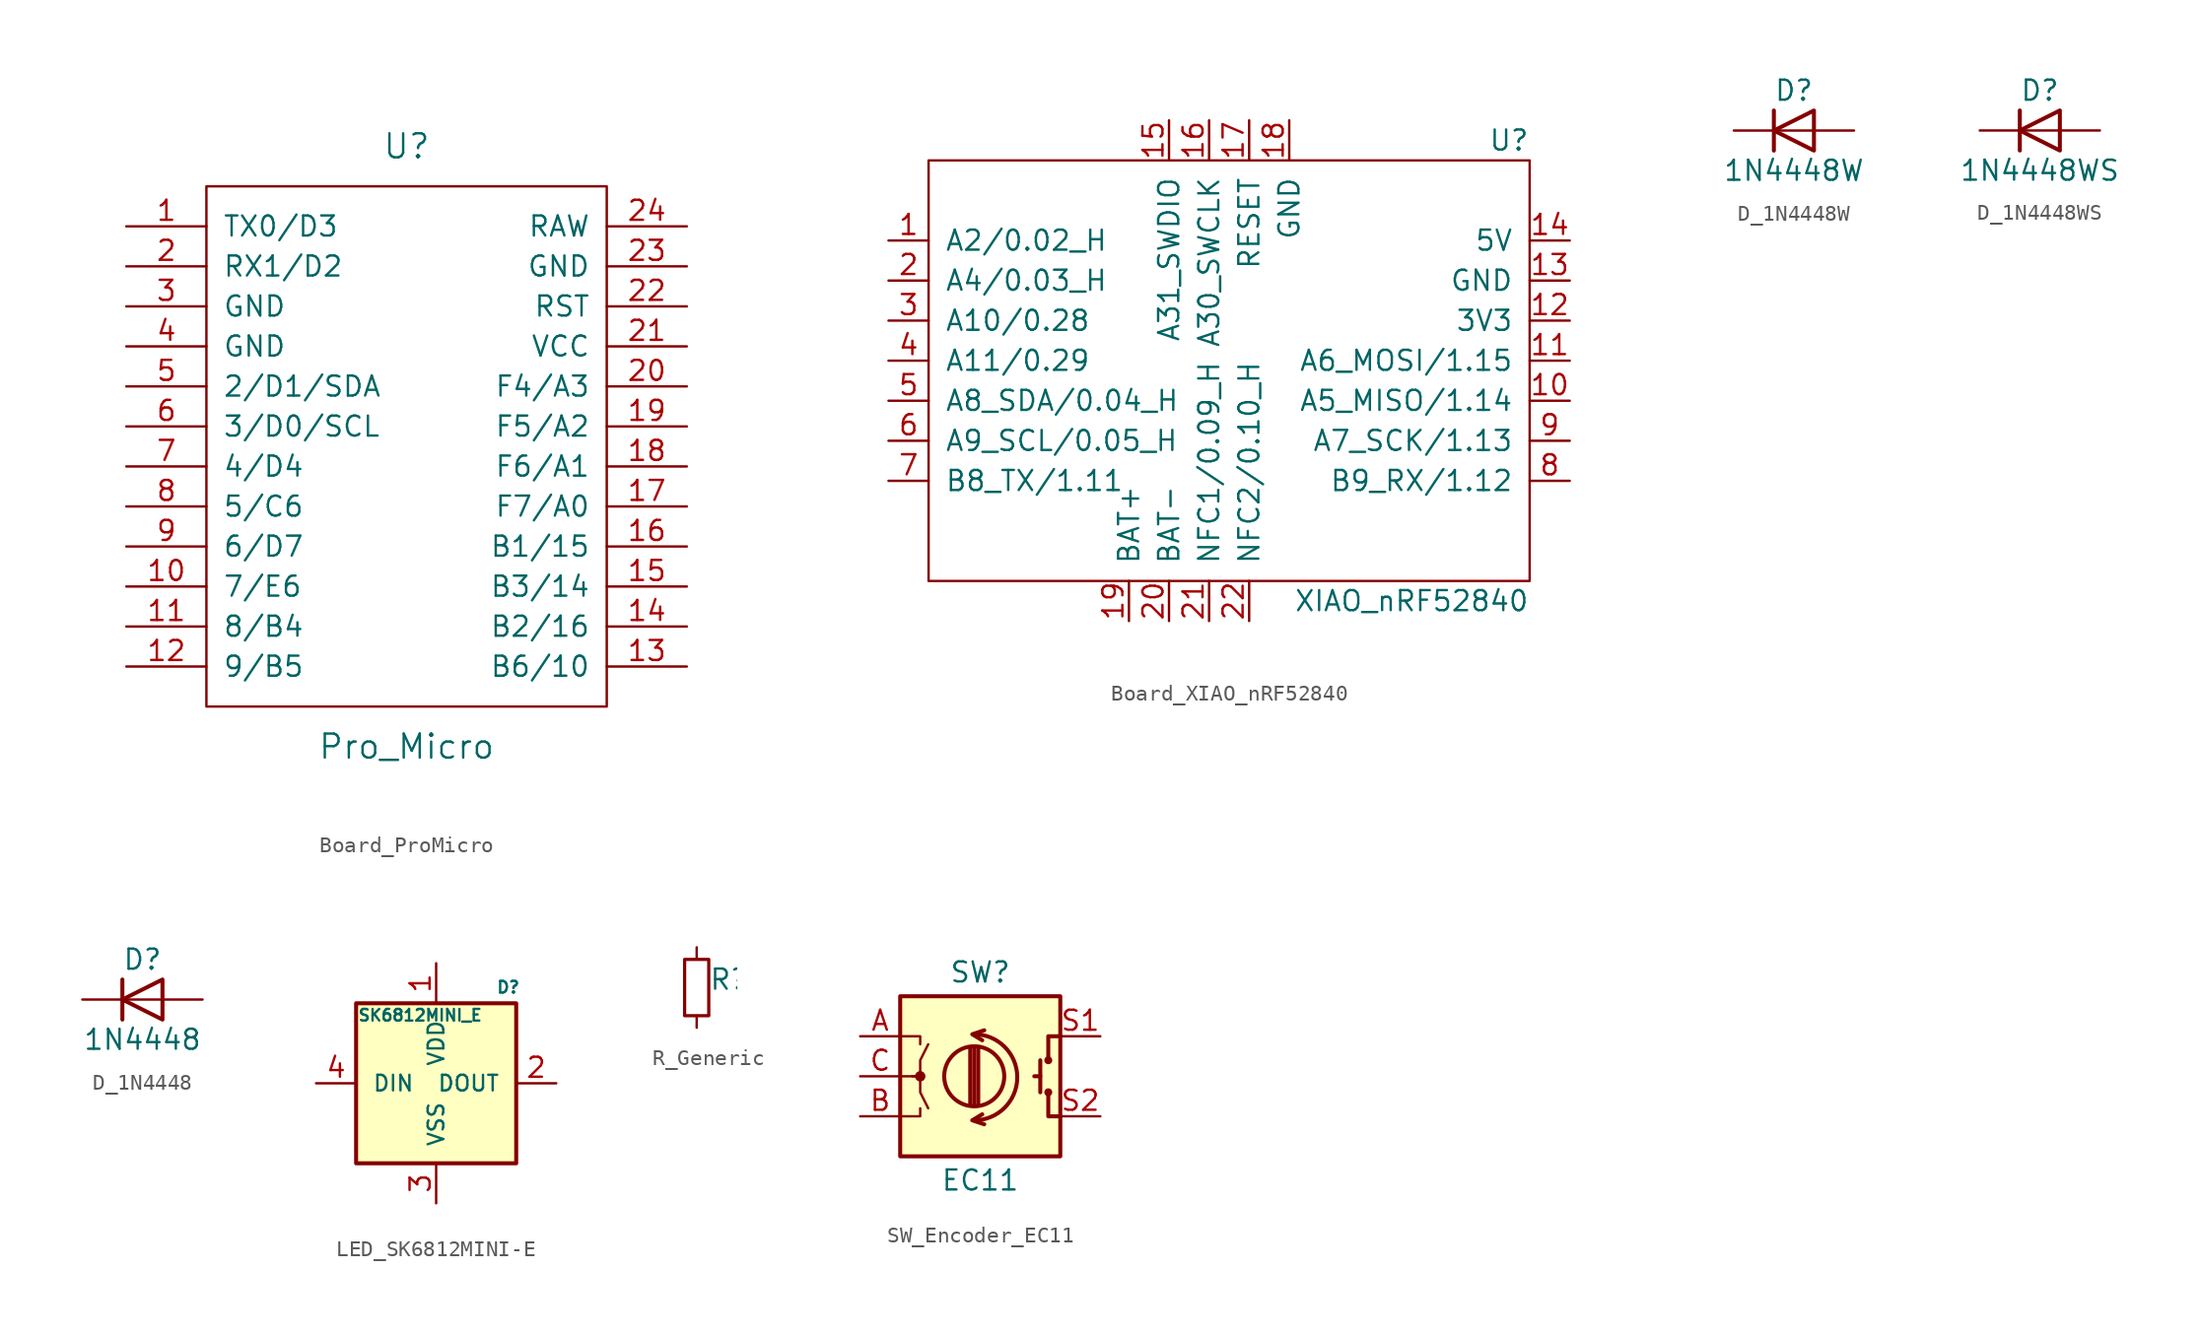
<source format=kicad_sym>
(kicad_symbol_lib
  (version 20241209)
  (generator "kicad_symbol_editor")
  (generator_version "9.0")
  (symbol "Board_ProMicro"
    (pin_names
      (offset 1.016))
    (property "Reference" "U"
      (at 0 19.05 0)
      (effects (font (size 1.524 1.524))))
    (property "Value" "Pro_Micro"
      (at 0 -19.05 0)
      (effects (font (size 1.524 1.524))))
    (symbol "Board_ProMicro_0_1"
      (rectangle (start -12.7 16.51) (end 12.7 -16.51) (stroke (width 0) (type solid)) (fill (type none))))
    (symbol "Board_ProMicro_1_1"
      (pin bidirectional line (at -17.78 13.97 0) (length 5.08) (name "TX0/D3" (effects (font (size 1.27 1.27)))) (number "1" (effects (font (size 1.27 1.27)))))
      (pin bidirectional line (at -17.78 11.43 0) (length 5.08) (name "RX1/D2" (effects (font (size 1.27 1.27)))) (number "2" (effects (font (size 1.27 1.27)))))
      (pin power_in line (at -17.78 8.89 0) (length 5.08) (name "GND" (effects (font (size 1.27 1.27)))) (number "3" (effects (font (size 1.27 1.27)))))
      (pin power_in line (at -17.78 6.35 0) (length 5.08) (name "GND" (effects (font (size 1.27 1.27)))) (number "4" (effects (font (size 1.27 1.27)))))
      (pin bidirectional line (at -17.78 3.81 0) (length 5.08) (name "2/D1/SDA" (effects (font (size 1.27 1.27)))) (number "5" (effects (font (size 1.27 1.27)))))
      (pin bidirectional line (at -17.78 1.27 0) (length 5.08) (name "3/D0/SCL" (effects (font (size 1.27 1.27)))) (number "6" (effects (font (size 1.27 1.27)))))
      (pin bidirectional line (at -17.78 -1.27 0) (length 5.08) (name "4/D4" (effects (font (size 1.27 1.27)))) (number "7" (effects (font (size 1.27 1.27)))))
      (pin bidirectional line (at -17.78 -3.81 0) (length 5.08) (name "5/C6" (effects (font (size 1.27 1.27)))) (number "8" (effects (font (size 1.27 1.27)))))
      (pin bidirectional line (at -17.78 -6.35 0) (length 5.08) (name "6/D7" (effects (font (size 1.27 1.27)))) (number "9" (effects (font (size 1.27 1.27)))))
      (pin bidirectional line (at -17.78 -8.89 0) (length 5.08) (name "7/E6" (effects (font (size 1.27 1.27)))) (number "10" (effects (font (size 1.27 1.27)))))
      (pin bidirectional line (at -17.78 -11.43 0) (length 5.08) (name "8/B4" (effects (font (size 1.27 1.27)))) (number "11" (effects (font (size 1.27 1.27)))))
      (pin bidirectional line (at -17.78 -13.97 0) (length 5.08) (name "9/B5" (effects (font (size 1.27 1.27)))) (number "12" (effects (font (size 1.27 1.27)))))
      (pin power_out line (at 17.78 13.97 180) (length 5.08) (name "RAW" (effects (font (size 1.27 1.27)))) (number "24" (effects (font (size 1.27 1.27)))))
      (pin power_in line (at 17.78 11.43 180) (length 5.08) (name "GND" (effects (font (size 1.27 1.27)))) (number "23" (effects (font (size 1.27 1.27)))))
      (pin input line (at 17.78 8.89 180) (length 5.08) (name "RST" (effects (font (size 1.27 1.27)))) (number "22" (effects (font (size 1.27 1.27)))))
      (pin power_in line (at 17.78 6.35 180) (length 5.08) (name "VCC" (effects (font (size 1.27 1.27)))) (number "21" (effects (font (size 1.27 1.27)))))
      (pin bidirectional line (at 17.78 3.81 180) (length 5.08) (name "F4/A3" (effects (font (size 1.27 1.27)))) (number "20" (effects (font (size 1.27 1.27)))))
      (pin bidirectional line (at 17.78 1.27 180) (length 5.08) (name "F5/A2" (effects (font (size 1.27 1.27)))) (number "19" (effects (font (size 1.27 1.27)))))
      (pin bidirectional line (at 17.78 -1.27 180) (length 5.08) (name "F6/A1" (effects (font (size 1.27 1.27)))) (number "18" (effects (font (size 1.27 1.27)))))
      (pin bidirectional line (at 17.78 -3.81 180) (length 5.08) (name "F7/A0" (effects (font (size 1.27 1.27)))) (number "17" (effects (font (size 1.27 1.27)))))
      (pin bidirectional line (at 17.78 -6.35 180) (length 5.08) (name "B1/15" (effects (font (size 1.27 1.27)))) (number "16" (effects (font (size 1.27 1.27)))))
      (pin bidirectional line (at 17.78 -8.89 180) (length 5.08) (name "B3/14" (effects (font (size 1.27 1.27)))) (number "15" (effects (font (size 1.27 1.27)))))
      (pin bidirectional line (at 17.78 -11.43 180) (length 5.08) (name "B2/16" (effects (font (size 1.27 1.27)))) (number "14" (effects (font (size 1.27 1.27)))))
      (pin bidirectional line (at 17.78 -13.97 180) (length 5.08) (name "B6/10" (effects (font (size 1.27 1.27)))) (number "13" (effects (font (size 1.27 1.27)))))))
  (symbol "Board_XIAO_nRF52840"
    (pin_names
      (offset 1.016))
    (property "Reference" "U"
      (at 19.05 13.97 0)
      (effects (font (size 1.27 1.27)) (justify right)))
    (property "Value" "XIAO_nRF52840"
      (at 19.05 -15.24 0)
      (effects (font (size 1.27 1.27)) (justify right)))
    (symbol "Board_XIAO_nRF52840_0_1"
      (rectangle (start -19.05 12.7) (end 19.05 -13.97) (stroke (width 0) (type default)) (fill (type none))))
    (symbol "Board_XIAO_nRF52840_1_1"
      (pin bidirectional line (at -21.59 7.62 0) (length 2.54) (name "A2/0.02_H" (effects (font (size 1.27 1.27)))) (number "1" (effects (font (size 1.27 1.27)))))
      (pin bidirectional line (at -21.59 5.08 0) (length 2.54) (name "A4/0.03_H" (effects (font (size 1.27 1.27)))) (number "2" (effects (font (size 1.27 1.27)))))
      (pin bidirectional line (at -21.59 2.54 0) (length 2.54) (name "A10/0.28" (effects (font (size 1.27 1.27)))) (number "3" (effects (font (size 1.27 1.27)))))
      (pin bidirectional line (at -21.59 0 0) (length 2.54) (name "A11/0.29" (effects (font (size 1.27 1.27)))) (number "4" (effects (font (size 1.27 1.27)))))
      (pin bidirectional line (at -21.59 -2.54 0) (length 2.54) (name "A8_SDA/0.04_H" (effects (font (size 1.27 1.27)))) (number "5" (effects (font (size 1.27 1.27)))))
      (pin bidirectional line (at -21.59 -5.08 0) (length 2.54) (name "A9_SCL/0.05_H" (effects (font (size 1.27 1.27)))) (number "6" (effects (font (size 1.27 1.27)))))
      (pin bidirectional line (at -21.59 -7.62 0) (length 2.54) (name "B8_TX/1.11" (effects (font (size 1.27 1.27)))) (number "7" (effects (font (size 1.27 1.27)))))
      (pin power_in line (at -6.35 -16.51 90) (length 2.54) (name "BAT+" (effects (font (size 1.27 1.27)))) (number "19" (effects (font (size 1.27 1.27)))))
      (pin input line (at -3.81 15.24 270) (length 2.54) (name "A31_SWDIO" (effects (font (size 1.27 1.27)))) (number "15" (effects (font (size 1.27 1.27)))))
      (pin power_in line (at -3.81 -16.51 90) (length 2.54) (name "BAT-" (effects (font (size 1.27 1.27)))) (number "20" (effects (font (size 1.27 1.27)))))
      (pin input line (at -1.27 15.24 270) (length 2.54) (name "A30_SWCLK" (effects (font (size 1.27 1.27)))) (number "16" (effects (font (size 1.27 1.27)))))
      (pin bidirectional line (at -1.27 -16.51 90) (length 2.54) (name "NFC1/0.09_H" (effects (font (size 1.27 1.27)))) (number "21" (effects (font (size 1.27 1.27)))))
      (pin input line (at 1.27 15.24 270) (length 2.54) (name "RESET" (effects (font (size 1.27 1.27)))) (number "17" (effects (font (size 1.27 1.27)))))
      (pin bidirectional line (at 1.27 -16.51 90) (length 2.54) (name "NFC2/0.10_H" (effects (font (size 1.27 1.27)))) (number "22" (effects (font (size 1.27 1.27)))))
      (pin power_out line (at 3.81 15.24 270) (length 2.54) (name "GND" (effects (font (size 1.27 1.27)))) (number "18" (effects (font (size 1.27 1.27)))))
      (pin power_out line (at 21.59 7.62 180) (length 2.54) (name "5V" (effects (font (size 1.27 1.27)))) (number "14" (effects (font (size 1.27 1.27)))))
      (pin power_out line (at 21.59 5.08 180) (length 2.54) (name "GND" (effects (font (size 1.27 1.27)))) (number "13" (effects (font (size 1.27 1.27)))))
      (pin power_out line (at 21.59 2.54 180) (length 2.54) (name "3V3" (effects (font (size 1.27 1.27)))) (number "12" (effects (font (size 1.27 1.27)))))
      (pin bidirectional line (at 21.59 0 180) (length 2.54) (name "A6_MOSI/1.15" (effects (font (size 1.27 1.27)))) (number "11" (effects (font (size 1.27 1.27)))))
      (pin bidirectional line (at 21.59 -2.54 180) (length 2.54) (name "A5_MISO/1.14" (effects (font (size 1.27 1.27)))) (number "10" (effects (font (size 1.27 1.27)))))
      (pin bidirectional line (at 21.59 -5.08 180) (length 2.54) (name "A7_SCK/1.13" (effects (font (size 1.27 1.27)))) (number "9" (effects (font (size 1.27 1.27)))))
      (pin bidirectional line (at 21.59 -7.62 180) (length 2.54) (name "B9_RX/1.12" (effects (font (size 1.27 1.27)))) (number "8" (effects (font (size 1.27 1.27)))))))
  (symbol "D_1N4448W"
    (pin_numbers
      (hide yes))
    (pin_names
      (hide yes))
    (property "Reference" "D"
      (at 0 2.54 0)
      (effects (font (size 1.27 1.27))))
    (property "Value" "1N4448W"
      (at 0 -2.54 0)
      (effects (font (size 1.27 1.27))))
    (symbol "D_1N4448W_0_1"
      (polyline (pts (xy -1.27 1.27) (xy -1.27 -1.27)) (stroke (width 0.254) (type default)) (fill (type none)))
      (polyline (pts (xy 1.27 1.27) (xy 1.27 -1.27) (xy -1.27 0) (xy 1.27 1.27)) (stroke (width 0.254) (type default)) (fill (type none)))
      (polyline (pts (xy 1.27 0) (xy -1.27 0)) (stroke (width 0) (type default)) (fill (type none))))
    (symbol "D_1N4448W_1_1"
      (pin passive line (at -3.81 0 0) (length 2.54) (name "K" (effects (font (size 1.27 1.27)))) (number "1" (effects (font (size 1.27 1.27)))))
      (pin passive line (at 3.81 0 180) (length 2.54) (name "A" (effects (font (size 1.27 1.27)))) (number "2" (effects (font (size 1.27 1.27)))))))
  (symbol "D_1N4448WS"
    (pin_numbers
      (hide yes))
    (pin_names
      (hide yes))
    (property "Reference" "D"
      (at 0 2.54 0)
      (effects (font (size 1.27 1.27))))
    (property "Value" "1N4448WS"
      (at 0 -2.54 0)
      (effects (font (size 1.27 1.27))))
    (symbol "D_1N4448WS_0_1"
      (polyline (pts (xy -1.27 1.27) (xy -1.27 -1.27)) (stroke (width 0.254) (type default)) (fill (type none)))
      (polyline (pts (xy 1.27 1.27) (xy 1.27 -1.27) (xy -1.27 0) (xy 1.27 1.27)) (stroke (width 0.254) (type default)) (fill (type none)))
      (polyline (pts (xy 1.27 0) (xy -1.27 0)) (stroke (width 0) (type default)) (fill (type none))))
    (symbol "D_1N4448WS_1_1"
      (pin passive line (at -3.81 0 0) (length 2.54) (name "K" (effects (font (size 1.27 1.27)))) (number "1" (effects (font (size 1.27 1.27)))))
      (pin passive line (at 3.81 0 180) (length 2.54) (name "A" (effects (font (size 1.27 1.27)))) (number "2" (effects (font (size 1.27 1.27)))))))
  (symbol "D_1N4448"
    (pin_numbers
      (hide yes))
    (pin_names
      (hide yes))
    (property "Reference" "D"
      (at 0 2.54 0)
      (effects (font (size 1.27 1.27))))
    (property "Value" "1N4448"
      (at 0 -2.54 0)
      (effects (font (size 1.27 1.27))))
    (symbol "D_1N4448_0_1"
      (polyline (pts (xy -1.27 1.27) (xy -1.27 -1.27)) (stroke (width 0.254) (type default)) (fill (type none)))
      (polyline (pts (xy 1.27 1.27) (xy 1.27 -1.27) (xy -1.27 0) (xy 1.27 1.27)) (stroke (width 0.254) (type default)) (fill (type none)))
      (polyline (pts (xy 1.27 0) (xy -1.27 0)) (stroke (width 0) (type default)) (fill (type none))))
    (symbol "D_1N4448_1_1"
      (pin passive line (at -3.81 0 0) (length 2.54) (name "K" (effects (font (size 1.27 1.27)))) (number "1" (effects (font (size 1.27 1.27)))))
      (pin passive line (at 3.81 0 180) (length 2.54) (name "A" (effects (font (size 1.27 1.27)))) (number "2" (effects (font (size 1.27 1.27)))))))
  (symbol "LED_SK6812MINI-E"
    (pin_names
      (offset 1.016))
    (property "Reference" "D"
      (at 4.572 6.096 0)
      (effects (font (size 0.737 0.737))))
    (property "Value" "SK6812MINI_E"
      (at -1.016 4.318 0)
      (effects (font (size 0.737 0.737))))
    (symbol "LED_SK6812MINI-E_0_1"
      (rectangle (start -5.08 5.08) (end 5.08 -5.08) (stroke (width 0.254) (type solid)) (fill (type background))))
    (symbol "LED_SK6812MINI-E_1_1"
      (pin input line (at -7.62 0 0) (length 2.54) (name "DIN" (effects (font (size 0.991 0.991)))) (number "4" (effects (font (size 1.27 1.27)))))
      (pin power_in line (at 0 7.62 270) (length 2.54) (name "VDD" (effects (font (size 0.991 0.991)))) (number "1" (effects (font (size 1.27 1.27)))))
      (pin power_in line (at 0 -7.62 90) (length 2.54) (name "VSS" (effects (font (size 0.991 0.991)))) (number "3" (effects (font (size 1.27 1.27)))))
      (pin output line (at 7.62 0 180) (length 2.54) (name "DOUT" (effects (font (size 0.991 0.991)))) (number "2" (effects (font (size 1.27 1.27)))))))
  (symbol "R_Generic"
    (pin_numbers
      (hide yes))
    (pin_names
      (offset 0.254)
      (hide yes))
    (property "Reference" "R"
      (at 0.762 0.508 0)
      (effects (font (size 1.27 1.27)) (justify left)))
    (symbol "R_Generic_0_1"
      (rectangle (start -0.762 1.778) (end 0.762 -1.778) (stroke (width 0.203) (type default)) (fill (type none))))
    (symbol "R_Generic_1_1"
      (pin passive line (at 0 2.54 270) (length 0.762) (name "~" (effects (font (size 1.27 1.27)))) (number "1" (effects (font (size 1.27 1.27)))))
      (pin passive line (at 0 -2.54 90) (length 0.762) (name "~" (effects (font (size 1.27 1.27)))) (number "2" (effects (font (size 1.27 1.27)))))))
  (symbol "SW_Encoder_EC11"
    (pin_names
      (offset 0.254)
      (hide yes))
    (property "Reference" "SW"
      (at 0 6.604 0)
      (effects (font (size 1.27 1.27))))
    (property "Value" "EC11"
      (at 0 -6.604 0)
      (effects (font (size 1.27 1.27))))
    (symbol "SW_Encoder_EC11_0_1"
      (rectangle (start -5.08 5.08) (end 5.08 -5.08) (stroke (width 0.254) (type solid)) (fill (type background)))
      (polyline (pts (xy -5.08 2.54) (xy -3.81 2.54) (xy -3.81 2.032)) (stroke (width 0) (type solid)) (fill (type none)))
      (polyline (pts (xy -5.08 0) (xy -3.81 0) (xy -3.81 -1.016) (xy -3.302 -2.032)) (stroke (width 0) (type solid)) (fill (type none)))
      (polyline (pts (xy -5.08 -2.54) (xy -3.81 -2.54) (xy -3.81 -2.032)) (stroke (width 0) (type solid)) (fill (type none)))
      (polyline (pts (xy -4.318 0) (xy -3.81 0) (xy -3.81 1.016) (xy -3.302 2.032)) (stroke (width 0) (type solid)) (fill (type none)))
      (circle (center -3.81 0) (radius 0.254) (stroke (width 0) (type solid)) (fill (type outline)))
      (polyline (pts (xy -0.635 -1.778) (xy -0.635 1.778)) (stroke (width 0.254) (type solid)) (fill (type none)))
      (arc (start -0.381 2.667) (mid 2.3368 -0.0508) (end -0.381 -2.794) (stroke (width 0.254) (type solid)) (fill (type none)))
      (circle (center -0.381 0) (radius 1.905) (stroke (width 0.254) (type solid)) (fill (type none)))
      (polyline (pts (xy -0.381 -1.778) (xy -0.381 1.778)) (stroke (width 0.254) (type solid)) (fill (type none)))
      (polyline (pts (xy -0.127 1.778) (xy -0.127 -1.778)) (stroke (width 0.254) (type solid)) (fill (type none)))
      (polyline (pts (xy 0.254 2.921) (xy -0.508 2.667) (xy 0.127 2.286)) (stroke (width 0.254) (type solid)) (fill (type none)))
      (polyline (pts (xy 0.254 -3.048) (xy -0.508 -2.794) (xy 0.127 -2.413)) (stroke (width 0.254) (type solid)) (fill (type none)))
      (polyline (pts (xy 3.81 1.016) (xy 3.81 -1.016)) (stroke (width 0.254) (type solid)) (fill (type none)))
      (polyline (pts (xy 3.81 0) (xy 3.429 0)) (stroke (width 0.254) (type solid)) (fill (type none)))
      (circle (center 4.318 1.016) (radius 0.127) (stroke (width 0.254) (type solid)) (fill (type none)))
      (circle (center 4.318 -1.016) (radius 0.127) (stroke (width 0.254) (type solid)) (fill (type none)))
      (polyline (pts (xy 5.08 2.54) (xy 4.318 2.54) (xy 4.318 1.016)) (stroke (width 0.254) (type solid)) (fill (type none)))
      (polyline (pts (xy 5.08 -2.54) (xy 4.318 -2.54) (xy 4.318 -1.016)) (stroke (width 0.254) (type solid)) (fill (type none))))
    (symbol "SW_Encoder_EC11_1_1"
      (pin passive line (at -7.62 2.54 0) (length 2.54) (name "A" (effects (font (size 1.27 1.27)))) (number "A" (effects (font (size 1.27 1.27)))))
      (pin passive line (at -7.62 0 0) (length 2.54) (name "C" (effects (font (size 1.27 1.27)))) (number "C" (effects (font (size 1.27 1.27)))))
      (pin passive line (at -7.62 -2.54 0) (length 2.54) (name "B" (effects (font (size 1.27 1.27)))) (number "B" (effects (font (size 1.27 1.27)))))
      (pin passive line (at 7.62 2.54 180) (length 2.54) (name "S1" (effects (font (size 1.27 1.27)))) (number "S1" (effects (font (size 1.27 1.27)))))
      (pin passive line (at 7.62 -2.54 180) (length 2.54) (name "S2" (effects (font (size 1.27 1.27)))) (number "S2" (effects (font (size 1.27 1.27))))))))
</source>
